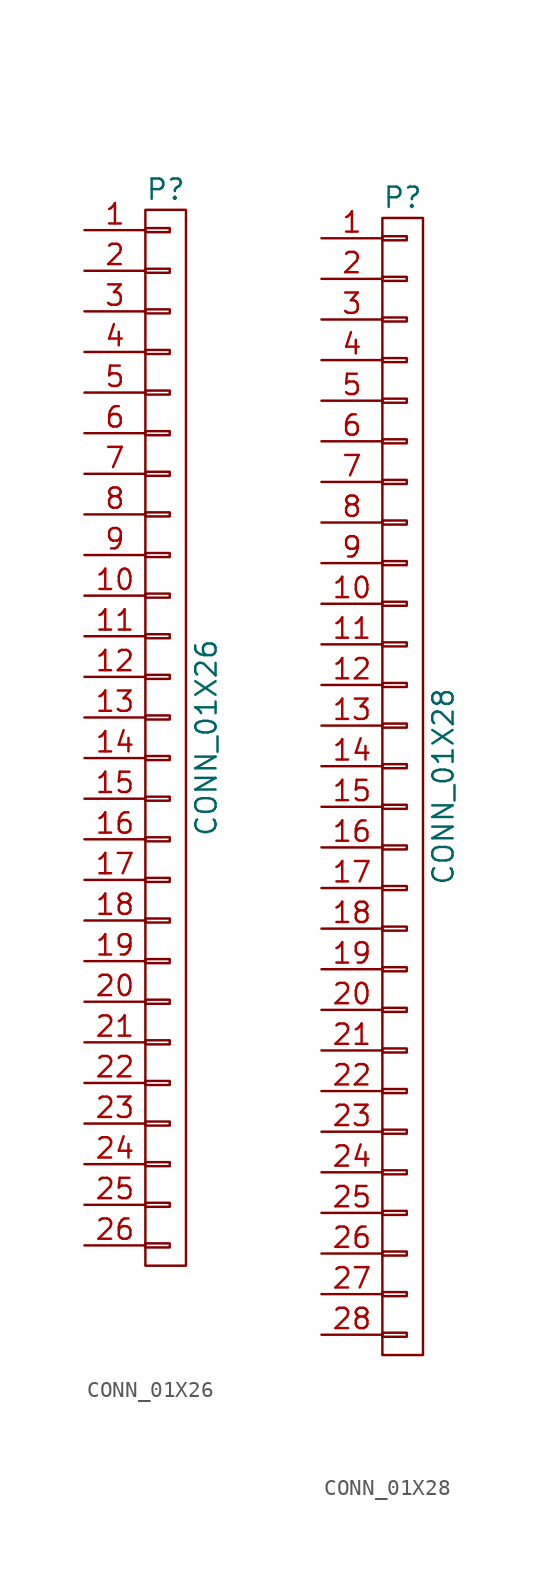
<source format=kicad_sym>
(kicad_symbol_lib
  (version 20211014)
  (generator kicad_symbol_editor)
  (symbol "CONN_01X26"
    (pin_names
      (offset 1.016) hide)
    (property "Reference" "P"
      (at 0 34.29 0)
      (effects (font (size 1.27 1.27))))
    (property "Value" "CONN_01X26"
      (at 2.54 0 90)
      (effects (font (size 1.27 1.27))))
    (property "Footprint" ""
      (at 0 0 0)
      (effects (font (size 1.27 1.27))))
    (property "Datasheet" ""
      (at 0 0 0)
      (effects (font (size 1.27 1.27))))
    (symbol "CONN_01X26_0_1"
      (rectangle (start -1.27 -33.02) (end 1.27 33.02) (stroke (width 0) (type default) (color 0 0 0 0)) (fill (type none)))
      (rectangle (start -1.27 -31.623) (end 0.254 -31.877) (stroke (width 0) (type default) (color 0 0 0 0)) (fill (type none)))
      (rectangle (start -1.27 -29.083) (end 0.254 -29.337) (stroke (width 0) (type default) (color 0 0 0 0)) (fill (type none)))
      (rectangle (start -1.27 -26.543) (end 0.254 -26.797) (stroke (width 0) (type default) (color 0 0 0 0)) (fill (type none)))
      (rectangle (start -1.27 -24.003) (end 0.254 -24.257) (stroke (width 0) (type default) (color 0 0 0 0)) (fill (type none)))
      (rectangle (start -1.27 -21.463) (end 0.254 -21.717) (stroke (width 0) (type default) (color 0 0 0 0)) (fill (type none)))
      (rectangle (start -1.27 -18.923) (end 0.254 -19.177) (stroke (width 0) (type default) (color 0 0 0 0)) (fill (type none)))
      (rectangle (start -1.27 -16.383) (end 0.254 -16.637) (stroke (width 0) (type default) (color 0 0 0 0)) (fill (type none)))
      (rectangle (start -1.27 -13.843) (end 0.254 -14.097) (stroke (width 0) (type default) (color 0 0 0 0)) (fill (type none)))
      (rectangle (start -1.27 -11.303) (end 0.254 -11.557) (stroke (width 0) (type default) (color 0 0 0 0)) (fill (type none)))
      (rectangle (start -1.27 -8.763) (end 0.254 -9.017) (stroke (width 0) (type default) (color 0 0 0 0)) (fill (type none)))
      (rectangle (start -1.27 -6.223) (end 0.254 -6.477) (stroke (width 0) (type default) (color 0 0 0 0)) (fill (type none)))
      (rectangle (start -1.27 -3.683) (end 0.254 -3.937) (stroke (width 0) (type default) (color 0 0 0 0)) (fill (type none)))
      (rectangle (start -1.27 -1.143) (end 0.254 -1.397) (stroke (width 0) (type default) (color 0 0 0 0)) (fill (type none)))
      (rectangle (start -1.27 1.397) (end 0.254 1.143) (stroke (width 0) (type default) (color 0 0 0 0)) (fill (type none)))
      (rectangle (start -1.27 3.937) (end 0.254 3.683) (stroke (width 0) (type default) (color 0 0 0 0)) (fill (type none)))
      (rectangle (start -1.27 6.477) (end 0.254 6.223) (stroke (width 0) (type default) (color 0 0 0 0)) (fill (type none)))
      (rectangle (start -1.27 9.017) (end 0.254 8.763) (stroke (width 0) (type default) (color 0 0 0 0)) (fill (type none)))
      (rectangle (start -1.27 11.557) (end 0.254 11.303) (stroke (width 0) (type default) (color 0 0 0 0)) (fill (type none)))
      (rectangle (start -1.27 14.097) (end 0.254 13.843) (stroke (width 0) (type default) (color 0 0 0 0)) (fill (type none)))
      (rectangle (start -1.27 16.637) (end 0.254 16.383) (stroke (width 0) (type default) (color 0 0 0 0)) (fill (type none)))
      (rectangle (start -1.27 19.177) (end 0.254 18.923) (stroke (width 0) (type default) (color 0 0 0 0)) (fill (type none)))
      (rectangle (start -1.27 21.717) (end 0.254 21.463) (stroke (width 0) (type default) (color 0 0 0 0)) (fill (type none)))
      (rectangle (start -1.27 24.257) (end 0.254 24.003) (stroke (width 0) (type default) (color 0 0 0 0)) (fill (type none)))
      (rectangle (start -1.27 26.797) (end 0.254 26.543) (stroke (width 0) (type default) (color 0 0 0 0)) (fill (type none)))
      (rectangle (start -1.27 29.337) (end 0.254 29.083) (stroke (width 0) (type default) (color 0 0 0 0)) (fill (type none)))
      (rectangle (start -1.27 31.877) (end 0.254 31.623) (stroke (width 0) (type default) (color 0 0 0 0)) (fill (type none))))
    (symbol "CONN_01X26_1_1"
      (pin passive line (at -5.08 31.75 0) (length 3.81) (name "P1" (effects (font (size 1.27 1.27)))) (number "1" (effects (font (size 1.27 1.27)))))
      (pin passive line (at -5.08 8.89 0) (length 3.81) (name "P10" (effects (font (size 1.27 1.27)))) (number "10" (effects (font (size 1.27 1.27)))))
      (pin passive line (at -5.08 6.35 0) (length 3.81) (name "P11" (effects (font (size 1.27 1.27)))) (number "11" (effects (font (size 1.27 1.27)))))
      (pin passive line (at -5.08 3.81 0) (length 3.81) (name "P12" (effects (font (size 1.27 1.27)))) (number "12" (effects (font (size 1.27 1.27)))))
      (pin passive line (at -5.08 1.27 0) (length 3.81) (name "P13" (effects (font (size 1.27 1.27)))) (number "13" (effects (font (size 1.27 1.27)))))
      (pin passive line (at -5.08 -1.27 0) (length 3.81) (name "P14" (effects (font (size 1.27 1.27)))) (number "14" (effects (font (size 1.27 1.27)))))
      (pin passive line (at -5.08 -3.81 0) (length 3.81) (name "P15" (effects (font (size 1.27 1.27)))) (number "15" (effects (font (size 1.27 1.27)))))
      (pin passive line (at -5.08 -6.35 0) (length 3.81) (name "P16" (effects (font (size 1.27 1.27)))) (number "16" (effects (font (size 1.27 1.27)))))
      (pin passive line (at -5.08 -8.89 0) (length 3.81) (name "P17" (effects (font (size 1.27 1.27)))) (number "17" (effects (font (size 1.27 1.27)))))
      (pin passive line (at -5.08 -11.43 0) (length 3.81) (name "P18" (effects (font (size 1.27 1.27)))) (number "18" (effects (font (size 1.27 1.27)))))
      (pin passive line (at -5.08 -13.97 0) (length 3.81) (name "P19" (effects (font (size 1.27 1.27)))) (number "19" (effects (font (size 1.27 1.27)))))
      (pin passive line (at -5.08 29.21 0) (length 3.81) (name "P2" (effects (font (size 1.27 1.27)))) (number "2" (effects (font (size 1.27 1.27)))))
      (pin passive line (at -5.08 -16.51 0) (length 3.81) (name "P20" (effects (font (size 1.27 1.27)))) (number "20" (effects (font (size 1.27 1.27)))))
      (pin passive line (at -5.08 -19.05 0) (length 3.81) (name "P21" (effects (font (size 1.27 1.27)))) (number "21" (effects (font (size 1.27 1.27)))))
      (pin passive line (at -5.08 -21.59 0) (length 3.81) (name "P22" (effects (font (size 1.27 1.27)))) (number "22" (effects (font (size 1.27 1.27)))))
      (pin passive line (at -5.08 -24.13 0) (length 3.81) (name "P23" (effects (font (size 1.27 1.27)))) (number "23" (effects (font (size 1.27 1.27)))))
      (pin passive line (at -5.08 -26.67 0) (length 3.81) (name "P24" (effects (font (size 1.27 1.27)))) (number "24" (effects (font (size 1.27 1.27)))))
      (pin passive line (at -5.08 -29.21 0) (length 3.81) (name "P25" (effects (font (size 1.27 1.27)))) (number "25" (effects (font (size 1.27 1.27)))))
      (pin passive line (at -5.08 -31.75 0) (length 3.81) (name "P26" (effects (font (size 1.27 1.27)))) (number "26" (effects (font (size 1.27 1.27)))))
      (pin passive line (at -5.08 26.67 0) (length 3.81) (name "P3" (effects (font (size 1.27 1.27)))) (number "3" (effects (font (size 1.27 1.27)))))
      (pin passive line (at -5.08 24.13 0) (length 3.81) (name "P4" (effects (font (size 1.27 1.27)))) (number "4" (effects (font (size 1.27 1.27)))))
      (pin passive line (at -5.08 21.59 0) (length 3.81) (name "P5" (effects (font (size 1.27 1.27)))) (number "5" (effects (font (size 1.27 1.27)))))
      (pin passive line (at -5.08 19.05 0) (length 3.81) (name "P6" (effects (font (size 1.27 1.27)))) (number "6" (effects (font (size 1.27 1.27)))))
      (pin passive line (at -5.08 16.51 0) (length 3.81) (name "P7" (effects (font (size 1.27 1.27)))) (number "7" (effects (font (size 1.27 1.27)))))
      (pin passive line (at -5.08 13.97 0) (length 3.81) (name "P8" (effects (font (size 1.27 1.27)))) (number "8" (effects (font (size 1.27 1.27)))))
      (pin passive line (at -5.08 11.43 0) (length 3.81) (name "P9" (effects (font (size 1.27 1.27)))) (number "9" (effects (font (size 1.27 1.27)))))))
  (symbol "CONN_01X28"
    (pin_names
      (offset 1.016) hide)
    (property "Reference" "P"
      (at 0 36.83 0)
      (effects (font (size 1.27 1.27))))
    (property "Value" "CONN_01X28"
      (at 2.54 0 90)
      (effects (font (size 1.27 1.27))))
    (property "Footprint" ""
      (at 0 0 0)
      (effects (font (size 1.27 1.27))))
    (property "Datasheet" ""
      (at 0 0 0)
      (effects (font (size 1.27 1.27))))
    (symbol "CONN_01X28_0_1"
      (rectangle (start -1.27 -35.56) (end 1.27 35.56) (stroke (width 0) (type default) (color 0 0 0 0)) (fill (type none)))
      (rectangle (start -1.27 -34.163) (end 0.254 -34.417) (stroke (width 0) (type default) (color 0 0 0 0)) (fill (type none)))
      (rectangle (start -1.27 -31.623) (end 0.254 -31.877) (stroke (width 0) (type default) (color 0 0 0 0)) (fill (type none)))
      (rectangle (start -1.27 -29.083) (end 0.254 -29.337) (stroke (width 0) (type default) (color 0 0 0 0)) (fill (type none)))
      (rectangle (start -1.27 -26.543) (end 0.254 -26.797) (stroke (width 0) (type default) (color 0 0 0 0)) (fill (type none)))
      (rectangle (start -1.27 -24.003) (end 0.254 -24.257) (stroke (width 0) (type default) (color 0 0 0 0)) (fill (type none)))
      (rectangle (start -1.27 -21.463) (end 0.254 -21.717) (stroke (width 0) (type default) (color 0 0 0 0)) (fill (type none)))
      (rectangle (start -1.27 -18.923) (end 0.254 -19.177) (stroke (width 0) (type default) (color 0 0 0 0)) (fill (type none)))
      (rectangle (start -1.27 -16.383) (end 0.254 -16.637) (stroke (width 0) (type default) (color 0 0 0 0)) (fill (type none)))
      (rectangle (start -1.27 -13.843) (end 0.254 -14.097) (stroke (width 0) (type default) (color 0 0 0 0)) (fill (type none)))
      (rectangle (start -1.27 -11.303) (end 0.254 -11.557) (stroke (width 0) (type default) (color 0 0 0 0)) (fill (type none)))
      (rectangle (start -1.27 -8.763) (end 0.254 -9.017) (stroke (width 0) (type default) (color 0 0 0 0)) (fill (type none)))
      (rectangle (start -1.27 -6.223) (end 0.254 -6.477) (stroke (width 0) (type default) (color 0 0 0 0)) (fill (type none)))
      (rectangle (start -1.27 -3.683) (end 0.254 -3.937) (stroke (width 0) (type default) (color 0 0 0 0)) (fill (type none)))
      (rectangle (start -1.27 -1.143) (end 0.254 -1.397) (stroke (width 0) (type default) (color 0 0 0 0)) (fill (type none)))
      (rectangle (start -1.27 1.397) (end 0.254 1.143) (stroke (width 0) (type default) (color 0 0 0 0)) (fill (type none)))
      (rectangle (start -1.27 3.937) (end 0.254 3.683) (stroke (width 0) (type default) (color 0 0 0 0)) (fill (type none)))
      (rectangle (start -1.27 6.477) (end 0.254 6.223) (stroke (width 0) (type default) (color 0 0 0 0)) (fill (type none)))
      (rectangle (start -1.27 9.017) (end 0.254 8.763) (stroke (width 0) (type default) (color 0 0 0 0)) (fill (type none)))
      (rectangle (start -1.27 11.557) (end 0.254 11.303) (stroke (width 0) (type default) (color 0 0 0 0)) (fill (type none)))
      (rectangle (start -1.27 14.097) (end 0.254 13.843) (stroke (width 0) (type default) (color 0 0 0 0)) (fill (type none)))
      (rectangle (start -1.27 16.637) (end 0.254 16.383) (stroke (width 0) (type default) (color 0 0 0 0)) (fill (type none)))
      (rectangle (start -1.27 19.177) (end 0.254 18.923) (stroke (width 0) (type default) (color 0 0 0 0)) (fill (type none)))
      (rectangle (start -1.27 21.717) (end 0.254 21.463) (stroke (width 0) (type default) (color 0 0 0 0)) (fill (type none)))
      (rectangle (start -1.27 24.257) (end 0.254 24.003) (stroke (width 0) (type default) (color 0 0 0 0)) (fill (type none)))
      (rectangle (start -1.27 26.797) (end 0.254 26.543) (stroke (width 0) (type default) (color 0 0 0 0)) (fill (type none)))
      (rectangle (start -1.27 29.337) (end 0.254 29.083) (stroke (width 0) (type default) (color 0 0 0 0)) (fill (type none)))
      (rectangle (start -1.27 31.877) (end 0.254 31.623) (stroke (width 0) (type default) (color 0 0 0 0)) (fill (type none)))
      (rectangle (start -1.27 34.417) (end 0.254 34.163) (stroke (width 0) (type default) (color 0 0 0 0)) (fill (type none))))
    (symbol "CONN_01X28_1_1"
      (pin passive line (at -5.08 34.29 0) (length 3.81) (name "P1" (effects (font (size 1.27 1.27)))) (number "1" (effects (font (size 1.27 1.27)))))
      (pin passive line (at -5.08 11.43 0) (length 3.81) (name "P10" (effects (font (size 1.27 1.27)))) (number "10" (effects (font (size 1.27 1.27)))))
      (pin passive line (at -5.08 8.89 0) (length 3.81) (name "P11" (effects (font (size 1.27 1.27)))) (number "11" (effects (font (size 1.27 1.27)))))
      (pin passive line (at -5.08 6.35 0) (length 3.81) (name "P12" (effects (font (size 1.27 1.27)))) (number "12" (effects (font (size 1.27 1.27)))))
      (pin passive line (at -5.08 3.81 0) (length 3.81) (name "P13" (effects (font (size 1.27 1.27)))) (number "13" (effects (font (size 1.27 1.27)))))
      (pin passive line (at -5.08 1.27 0) (length 3.81) (name "P14" (effects (font (size 1.27 1.27)))) (number "14" (effects (font (size 1.27 1.27)))))
      (pin passive line (at -5.08 -1.27 0) (length 3.81) (name "P15" (effects (font (size 1.27 1.27)))) (number "15" (effects (font (size 1.27 1.27)))))
      (pin passive line (at -5.08 -3.81 0) (length 3.81) (name "P16" (effects (font (size 1.27 1.27)))) (number "16" (effects (font (size 1.27 1.27)))))
      (pin passive line (at -5.08 -6.35 0) (length 3.81) (name "P17" (effects (font (size 1.27 1.27)))) (number "17" (effects (font (size 1.27 1.27)))))
      (pin passive line (at -5.08 -8.89 0) (length 3.81) (name "P18" (effects (font (size 1.27 1.27)))) (number "18" (effects (font (size 1.27 1.27)))))
      (pin passive line (at -5.08 -11.43 0) (length 3.81) (name "P19" (effects (font (size 1.27 1.27)))) (number "19" (effects (font (size 1.27 1.27)))))
      (pin passive line (at -5.08 31.75 0) (length 3.81) (name "P2" (effects (font (size 1.27 1.27)))) (number "2" (effects (font (size 1.27 1.27)))))
      (pin passive line (at -5.08 -13.97 0) (length 3.81) (name "P20" (effects (font (size 1.27 1.27)))) (number "20" (effects (font (size 1.27 1.27)))))
      (pin passive line (at -5.08 -16.51 0) (length 3.81) (name "P21" (effects (font (size 1.27 1.27)))) (number "21" (effects (font (size 1.27 1.27)))))
      (pin passive line (at -5.08 -19.05 0) (length 3.81) (name "P22" (effects (font (size 1.27 1.27)))) (number "22" (effects (font (size 1.27 1.27)))))
      (pin passive line (at -5.08 -21.59 0) (length 3.81) (name "P23" (effects (font (size 1.27 1.27)))) (number "23" (effects (font (size 1.27 1.27)))))
      (pin passive line (at -5.08 -24.13 0) (length 3.81) (name "P24" (effects (font (size 1.27 1.27)))) (number "24" (effects (font (size 1.27 1.27)))))
      (pin passive line (at -5.08 -26.67 0) (length 3.81) (name "P25" (effects (font (size 1.27 1.27)))) (number "25" (effects (font (size 1.27 1.27)))))
      (pin passive line (at -5.08 -29.21 0) (length 3.81) (name "P26" (effects (font (size 1.27 1.27)))) (number "26" (effects (font (size 1.27 1.27)))))
      (pin passive line (at -5.08 -31.75 0) (length 3.81) (name "P27" (effects (font (size 1.27 1.27)))) (number "27" (effects (font (size 1.27 1.27)))))
      (pin passive line (at -5.08 -34.29 0) (length 3.81) (name "P28" (effects (font (size 1.27 1.27)))) (number "28" (effects (font (size 1.27 1.27)))))
      (pin passive line (at -5.08 29.21 0) (length 3.81) (name "P3" (effects (font (size 1.27 1.27)))) (number "3" (effects (font (size 1.27 1.27)))))
      (pin passive line (at -5.08 26.67 0) (length 3.81) (name "P4" (effects (font (size 1.27 1.27)))) (number "4" (effects (font (size 1.27 1.27)))))
      (pin passive line (at -5.08 24.13 0) (length 3.81) (name "P5" (effects (font (size 1.27 1.27)))) (number "5" (effects (font (size 1.27 1.27)))))
      (pin passive line (at -5.08 21.59 0) (length 3.81) (name "P6" (effects (font (size 1.27 1.27)))) (number "6" (effects (font (size 1.27 1.27)))))
      (pin passive line (at -5.08 19.05 0) (length 3.81) (name "P7" (effects (font (size 1.27 1.27)))) (number "7" (effects (font (size 1.27 1.27)))))
      (pin passive line (at -5.08 16.51 0) (length 3.81) (name "P8" (effects (font (size 1.27 1.27)))) (number "8" (effects (font (size 1.27 1.27)))))
      (pin passive line (at -5.08 13.97 0) (length 3.81) (name "P9" (effects (font (size 1.27 1.27)))) (number "9" (effects (font (size 1.27 1.27))))))))
</source>
